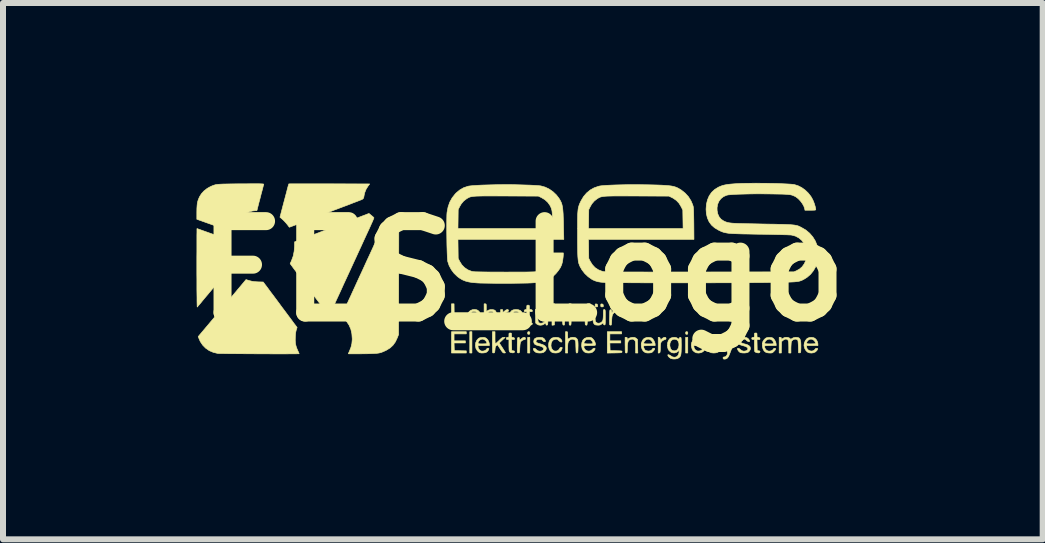
<source format=kicad_pcb>
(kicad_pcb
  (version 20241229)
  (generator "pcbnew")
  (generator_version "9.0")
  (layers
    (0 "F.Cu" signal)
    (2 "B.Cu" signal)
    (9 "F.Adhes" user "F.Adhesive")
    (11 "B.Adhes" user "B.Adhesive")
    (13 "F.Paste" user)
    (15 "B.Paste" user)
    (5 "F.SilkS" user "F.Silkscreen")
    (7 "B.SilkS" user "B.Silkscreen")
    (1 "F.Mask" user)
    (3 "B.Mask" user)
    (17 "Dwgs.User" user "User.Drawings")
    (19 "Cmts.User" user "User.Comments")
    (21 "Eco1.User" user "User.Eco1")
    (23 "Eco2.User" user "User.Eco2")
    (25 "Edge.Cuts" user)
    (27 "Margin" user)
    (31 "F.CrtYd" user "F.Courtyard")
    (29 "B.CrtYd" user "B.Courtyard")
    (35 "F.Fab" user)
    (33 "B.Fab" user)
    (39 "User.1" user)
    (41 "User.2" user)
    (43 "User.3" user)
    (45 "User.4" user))
  (footprint "EES_Logo"
    (layer "F.Cu")
    (at 5.668 1.472)
    (property "Reference" "EES_Logo" (at 0 0 0) (layer "F.SilkS") (effects (font (size 1.524 1.524) (thickness 0.3))))
    (attr through_hole)
    (fp_poly (pts (xy -0.849 1.364) (xy -0.885 1.364) (xy -0.885 1.009) (xy -0.849 1.009) (xy -0.849 1.364)) (stroke (width 0.01) (type solid)) (fill yes) (layer "F.SilkS"))
    (fp_poly (pts (xy 0.116 1.364) (xy 0.08 1.364) (xy 0.08 1.103) (xy 0.116 1.103) (xy 0.116 1.364)) (stroke (width 0.01) (type solid)) (fill yes) (layer "F.SilkS"))
    (fp_poly (pts (xy 2.75 1.364) (xy 2.714 1.364) (xy 2.714 1.103) (xy 2.75 1.103) (xy 2.75 1.364)) (stroke (width 0.01) (type solid)) (fill yes) (layer "F.SilkS"))
    (fp_poly (pts (xy -1.143 0.86) (xy -1.05 0.862) (xy -0.958 0.864) (xy -0.958 0.9) (xy -1.19 0.9) (xy -1.19 0.544) (xy -1.147 0.544) (xy -1.143 0.86)) (stroke (width 0.01) (type solid)) (fill yes) (layer "F.SilkS"))
    (fp_poly (pts (xy 0.111 1.011) (xy 0.116 1.021) (xy 0.116 1.031) (xy 0.114 1.046) (xy 0.106 1.052) (xy 0.098 1.052) (xy 0.085 1.05) (xy 0.08 1.04) (xy 0.08 1.031) (xy 0.082 1.015) (xy 0.09 1.009) (xy 0.098 1.009) (xy 0.111 1.011)) (stroke (width 0.01) (type solid)) (fill yes) (layer "F.SilkS"))
    (fp_poly (pts (xy 2.745 1.011) (xy 2.75 1.021) (xy 2.75 1.031) (xy 2.749 1.046) (xy 2.74 1.052) (xy 2.732 1.052) (xy 2.719 1.05) (xy 2.715 1.04) (xy 2.714 1.031) (xy 2.716 1.015) (xy 2.724 1.009) (xy 2.732 1.009) (xy 2.745 1.011)) (stroke (width 0.01) (type solid)) (fill yes) (layer "F.SilkS"))
    (fp_poly (pts (xy -0.943 1.045) (xy -1.147 1.045) (xy -1.147 1.161) (xy -0.958 1.161) (xy -0.958 1.197) (xy -1.147 1.197) (xy -1.143 1.324) (xy -1.043 1.326) (xy -0.943 1.328) (xy -0.943 1.364) (xy -1.19 1.364) (xy -1.19 1.009) (xy -0.943 1.009) (xy -0.943 1.045)) (stroke (width 0.01) (type solid)) (fill yes) (layer "F.SilkS"))
    (fp_poly (pts (xy 1.224 0.546) (xy 1.225 0.546) (xy 1.239 0.55) (xy 1.245 0.561) (xy 1.247 0.572) (xy 1.247 0.588) (xy 1.241 0.594) (xy 1.227 0.595) (xy 1.212 0.594) (xy 1.206 0.587) (xy 1.205 0.57) (xy 1.205 0.569) (xy 1.206 0.552) (xy 1.211 0.546) (xy 1.224 0.546)) (stroke (width 0.01) (type solid)) (fill yes) (layer "F.SilkS"))
    (fp_poly (pts (xy 1.318 0.546) (xy 1.319 0.546) (xy 1.333 0.55) (xy 1.34 0.561) (xy 1.341 0.572) (xy 1.342 0.588) (xy 1.336 0.594) (xy 1.321 0.595) (xy 1.306 0.594) (xy 1.3 0.587) (xy 1.299 0.57) (xy 1.299 0.569) (xy 1.3 0.552) (xy 1.305 0.546) (xy 1.318 0.546)) (stroke (width 0.01) (type solid)) (fill yes) (layer "F.SilkS"))
    (fp_poly (pts (xy 0.806 0.722) (xy 0.805 0.777) (xy 0.805 0.82) (xy 0.805 0.851) (xy 0.804 0.873) (xy 0.802 0.887) (xy 0.8 0.895) (xy 0.797 0.899) (xy 0.793 0.9) (xy 0.792 0.9) (xy 0.778 0.898) (xy 0.774 0.895) (xy 0.773 0.887) (xy 0.772 0.866) (xy 0.771 0.835) (xy 0.77 0.795) (xy 0.769 0.75) (xy 0.769 0.717) (xy 0.769 0.544) (xy 0.806 0.544) (xy 0.806 0.722)) (stroke (width 0.01) (type solid)) (fill yes) (layer "F.SilkS"))
    (fp_poly (pts (xy 1.647 1.045) (xy 1.451 1.045) (xy 1.451 1.161) (xy 1.633 1.161) (xy 1.633 1.197) (xy 1.451 1.197) (xy 1.455 1.324) (xy 1.555 1.326) (xy 1.595 1.327) (xy 1.623 1.328) (xy 1.64 1.33) (xy 1.65 1.332) (xy 1.653 1.336) (xy 1.654 1.342) (xy 1.653 1.345) (xy 1.652 1.351) (xy 1.649 1.355) (xy 1.641 1.358) (xy 1.627 1.36) (xy 1.605 1.361) (xy 1.572 1.362) (xy 1.529 1.363) (xy 1.408 1.365) (xy 1.408 1.009) (xy 1.647 1.009) (xy 1.647 1.045)) (stroke (width 0.01) (type solid)) (fill yes) (layer "F.SilkS"))
    (fp_poly (pts (xy -0.34 0.64) (xy -0.335 0.649) (xy -0.334 0.665) (xy -0.334 0.691) (xy -0.305 0.665) (xy -0.281 0.647) (xy -0.261 0.639) (xy -0.247 0.64) (xy -0.24 0.652) (xy -0.239 0.656) (xy -0.243 0.668) (xy -0.255 0.677) (xy -0.267 0.681) (xy -0.289 0.69) (xy -0.306 0.701) (xy -0.307 0.703) (xy -0.317 0.721) (xy -0.325 0.75) (xy -0.33 0.787) (xy -0.333 0.83) (xy -0.334 0.851) (xy -0.334 0.877) (xy -0.336 0.892) (xy -0.34 0.898) (xy -0.348 0.9) (xy -0.352 0.9) (xy -0.37 0.9) (xy -0.37 0.639) (xy -0.352 0.639) (xy -0.34 0.64)) (stroke (width 0.01) (type solid)) (fill yes) (layer "F.SilkS"))
    (fp_poly (pts (xy 2.273 1.104) (xy 2.286 1.11) (xy 2.291 1.126) (xy 2.292 1.129) (xy 2.294 1.152) (xy 2.318 1.127) (xy 2.339 1.111) (xy 2.36 1.103) (xy 2.376 1.103) (xy 2.386 1.112) (xy 2.388 1.12) (xy 2.385 1.133) (xy 2.373 1.14) (xy 2.363 1.142) (xy 2.343 1.151) (xy 2.322 1.165) (xy 2.318 1.169) (xy 2.309 1.179) (xy 2.303 1.189) (xy 2.299 1.202) (xy 2.296 1.222) (xy 2.294 1.25) (xy 2.293 1.276) (xy 2.292 1.312) (xy 2.29 1.336) (xy 2.287 1.351) (xy 2.284 1.359) (xy 2.278 1.362) (xy 2.273 1.363) (xy 2.257 1.365) (xy 2.257 1.102) (xy 2.273 1.104)) (stroke (width 0.01) (type solid)) (fill yes) (layer "F.SilkS"))
    (fp_poly (pts (xy 1.566 0.641) (xy 1.574 0.65) (xy 1.575 0.655) (xy 1.571 0.667) (xy 1.559 0.676) (xy 1.544 0.682) (xy 1.521 0.693) (xy 1.505 0.709) (xy 1.493 0.731) (xy 1.486 0.762) (xy 1.482 0.805) (xy 1.482 0.822) (xy 1.48 0.856) (xy 1.478 0.879) (xy 1.476 0.892) (xy 1.472 0.898) (xy 1.466 0.9) (xy 1.465 0.9) (xy 1.452 0.896) (xy 1.447 0.891) (xy 1.446 0.88) (xy 1.446 0.858) (xy 1.445 0.827) (xy 1.445 0.79) (xy 1.446 0.762) (xy 1.447 0.718) (xy 1.448 0.686) (xy 1.449 0.665) (xy 1.451 0.652) (xy 1.454 0.645) (xy 1.458 0.643) (xy 1.462 0.642) (xy 1.473 0.646) (xy 1.479 0.66) (xy 1.481 0.668) (xy 1.484 0.693) (xy 1.497 0.674) (xy 1.513 0.657) (xy 1.532 0.645) (xy 1.551 0.639) (xy 1.566 0.641)) (stroke (width 0.01) (type solid)) (fill yes) (layer "F.SilkS"))
    (fp_poly (pts (xy 0.032 1.103) (xy 0.042 1.112) (xy 0.044 1.121) (xy 0.04 1.136) (xy 0.032 1.139) (xy 0.011 1.144) (xy -0.013 1.156) (xy -0.032 1.172) (xy -0.036 1.177) (xy -0.042 1.195) (xy -0.047 1.227) (xy -0.05 1.272) (xy -0.051 1.277) (xy -0.052 1.313) (xy -0.054 1.337) (xy -0.057 1.351) (xy -0.061 1.359) (xy -0.066 1.362) (xy -0.071 1.363) (xy -0.085 1.361) (xy -0.091 1.356) (xy -0.092 1.345) (xy -0.093 1.323) (xy -0.093 1.292) (xy -0.093 1.254) (xy -0.093 1.226) (xy -0.092 1.182) (xy -0.091 1.15) (xy -0.09 1.129) (xy -0.088 1.116) (xy -0.084 1.109) (xy -0.08 1.106) (xy -0.074 1.104) (xy -0.063 1.105) (xy -0.058 1.114) (xy -0.058 1.123) (xy -0.057 1.141) (xy -0.052 1.147) (xy -0.041 1.141) (xy -0.026 1.128) (xy -0.005 1.111) (xy 0.016 1.103) (xy 0.032 1.103)) (stroke (width 0.01) (type solid)) (fill yes) (layer "F.SilkS"))
    (fp_poly (pts (xy 0.1 0.567) (xy 0.106 0.572) (xy 0.109 0.585) (xy 0.109 0.602) (xy 0.109 0.623) (xy 0.113 0.634) (xy 0.121 0.638) (xy 0.132 0.64) (xy 0.15 0.644) (xy 0.158 0.655) (xy 0.158 0.659) (xy 0.158 0.669) (xy 0.15 0.674) (xy 0.135 0.675) (xy 0.108 0.675) (xy 0.11 0.767) (xy 0.112 0.86) (xy 0.137 0.862) (xy 0.153 0.865) (xy 0.159 0.873) (xy 0.158 0.88) (xy 0.15 0.893) (xy 0.131 0.898) (xy 0.103 0.894) (xy 0.097 0.892) (xy 0.085 0.888) (xy 0.077 0.881) (xy 0.071 0.869) (xy 0.068 0.851) (xy 0.066 0.823) (xy 0.065 0.784) (xy 0.065 0.764) (xy 0.065 0.675) (xy 0.043 0.675) (xy 0.028 0.673) (xy 0.023 0.666) (xy 0.023 0.659) (xy 0.03 0.645) (xy 0.045 0.64) (xy 0.057 0.637) (xy 0.063 0.631) (xy 0.065 0.616) (xy 0.065 0.602) (xy 0.066 0.581) (xy 0.069 0.57) (xy 0.077 0.566) (xy 0.087 0.566) (xy 0.1 0.567)) (stroke (width 0.01) (type solid)) (fill yes) (layer "F.SilkS"))
    (fp_poly (pts (xy -0.198 1.031) (xy -0.191 1.036) (xy -0.189 1.049) (xy -0.189 1.066) (xy -0.188 1.088) (xy -0.185 1.099) (xy -0.177 1.103) (xy -0.165 1.104) (xy -0.147 1.109) (xy -0.14 1.119) (xy -0.139 1.123) (xy -0.139 1.134) (xy -0.147 1.139) (xy -0.163 1.139) (xy -0.189 1.139) (xy -0.187 1.232) (xy -0.185 1.324) (xy -0.161 1.327) (xy -0.145 1.33) (xy -0.139 1.337) (xy -0.139 1.345) (xy -0.147 1.358) (xy -0.166 1.362) (xy -0.195 1.358) (xy -0.201 1.357) (xy -0.212 1.352) (xy -0.221 1.345) (xy -0.226 1.334) (xy -0.23 1.315) (xy -0.231 1.288) (xy -0.232 1.249) (xy -0.232 1.228) (xy -0.232 1.139) (xy -0.254 1.139) (xy -0.27 1.137) (xy -0.275 1.129) (xy -0.276 1.121) (xy -0.273 1.108) (xy -0.263 1.104) (xy -0.254 1.103) (xy -0.241 1.102) (xy -0.235 1.097) (xy -0.232 1.085) (xy -0.232 1.067) (xy -0.232 1.045) (xy -0.229 1.035) (xy -0.221 1.031) (xy -0.21 1.031) (xy -0.198 1.031)) (stroke (width 0.01) (type solid)) (fill yes) (layer "F.SilkS"))
    (fp_poly (pts (xy 3.896 1.031) (xy 3.902 1.036) (xy 3.904 1.049) (xy 3.904 1.066) (xy 3.905 1.088) (xy 3.908 1.099) (xy 3.916 1.103) (xy 3.928 1.104) (xy 3.946 1.109) (xy 3.953 1.119) (xy 3.954 1.123) (xy 3.954 1.134) (xy 3.946 1.139) (xy 3.93 1.139) (xy 3.904 1.139) (xy 3.906 1.232) (xy 3.908 1.324) (xy 3.932 1.327) (xy 3.948 1.33) (xy 3.954 1.337) (xy 3.954 1.345) (xy 3.946 1.358) (xy 3.927 1.363) (xy 3.899 1.358) (xy 3.894 1.357) (xy 3.877 1.349) (xy 3.867 1.341) (xy 3.865 1.331) (xy 3.863 1.309) (xy 3.862 1.278) (xy 3.861 1.242) (xy 3.861 1.236) (xy 3.861 1.139) (xy 3.839 1.139) (xy 3.823 1.137) (xy 3.818 1.129) (xy 3.817 1.121) (xy 3.82 1.108) (xy 3.83 1.104) (xy 3.839 1.103) (xy 3.852 1.102) (xy 3.858 1.097) (xy 3.861 1.085) (xy 3.861 1.067) (xy 3.861 1.045) (xy 3.864 1.035) (xy 3.872 1.031) (xy 3.883 1.031) (xy 3.896 1.031)) (stroke (width 0.01) (type solid)) (fill yes) (layer "F.SilkS"))
    (fp_poly (pts (xy 1.737 1.106) (xy 1.742 1.118) (xy 1.742 1.121) (xy 1.744 1.135) (xy 1.749 1.139) (xy 1.756 1.134) (xy 1.756 1.132) (xy 1.763 1.123) (xy 1.78 1.114) (xy 1.804 1.107) (xy 1.83 1.103) (xy 1.835 1.103) (xy 1.863 1.105) (xy 1.883 1.114) (xy 1.892 1.121) (xy 1.912 1.138) (xy 1.917 1.364) (xy 1.88 1.364) (xy 1.88 1.266) (xy 1.879 1.226) (xy 1.879 1.199) (xy 1.877 1.18) (xy 1.874 1.168) (xy 1.87 1.159) (xy 1.863 1.151) (xy 1.861 1.149) (xy 1.846 1.137) (xy 1.829 1.133) (xy 1.813 1.134) (xy 1.788 1.14) (xy 1.769 1.152) (xy 1.756 1.171) (xy 1.748 1.2) (xy 1.743 1.239) (xy 1.742 1.29) (xy 1.742 1.324) (xy 1.74 1.345) (xy 1.738 1.358) (xy 1.734 1.363) (xy 1.728 1.364) (xy 1.715 1.362) (xy 1.71 1.36) (xy 1.709 1.351) (xy 1.707 1.33) (xy 1.706 1.3) (xy 1.706 1.263) (xy 1.705 1.229) (xy 1.705 1.103) (xy 1.724 1.103) (xy 1.737 1.106)) (stroke (width 0.01) (type solid)) (fill yes) (layer "F.SilkS"))
    (fp_poly (pts (xy 0.226 0.64) (xy 0.233 0.641) (xy 0.238 0.645) (xy 0.241 0.654) (xy 0.243 0.669) (xy 0.245 0.694) (xy 0.246 0.73) (xy 0.247 0.741) (xy 0.249 0.785) (xy 0.252 0.817) (xy 0.256 0.839) (xy 0.263 0.853) (xy 0.272 0.861) (xy 0.286 0.866) (xy 0.29 0.867) (xy 0.311 0.867) (xy 0.336 0.861) (xy 0.357 0.85) (xy 0.367 0.841) (xy 0.37 0.83) (xy 0.373 0.808) (xy 0.375 0.778) (xy 0.377 0.742) (xy 0.377 0.737) (xy 0.381 0.642) (xy 0.417 0.642) (xy 0.417 0.769) (xy 0.417 0.815) (xy 0.417 0.848) (xy 0.416 0.871) (xy 0.414 0.885) (xy 0.412 0.893) (xy 0.408 0.897) (xy 0.402 0.898) (xy 0.401 0.899) (xy 0.389 0.898) (xy 0.385 0.887) (xy 0.385 0.882) (xy 0.383 0.868) (xy 0.378 0.865) (xy 0.367 0.871) (xy 0.354 0.882) (xy 0.327 0.896) (xy 0.295 0.901) (xy 0.263 0.897) (xy 0.236 0.884) (xy 0.234 0.882) (xy 0.214 0.865) (xy 0.212 0.751) (xy 0.209 0.637) (xy 0.226 0.64)) (stroke (width 0.01) (type solid)) (fill yes) (layer "F.SilkS"))
    (fp_poly (pts (xy 0.574 1.104) (xy 0.603 1.111) (xy 0.61 1.114) (xy 0.632 1.131) (xy 0.648 1.151) (xy 0.653 1.17) (xy 0.648 1.181) (xy 0.636 1.182) (xy 0.619 1.174) (xy 0.6 1.158) (xy 0.598 1.157) (xy 0.582 1.141) (xy 0.569 1.134) (xy 0.553 1.133) (xy 0.544 1.134) (xy 0.511 1.144) (xy 0.488 1.166) (xy 0.474 1.198) (xy 0.472 1.205) (xy 0.469 1.244) (xy 0.476 1.279) (xy 0.492 1.307) (xy 0.516 1.326) (xy 0.534 1.332) (xy 0.562 1.331) (xy 0.588 1.32) (xy 0.607 1.3) (xy 0.612 1.291) (xy 0.622 1.275) (xy 0.637 1.27) (xy 0.64 1.27) (xy 0.653 1.271) (xy 0.656 1.277) (xy 0.653 1.293) (xy 0.637 1.326) (xy 0.61 1.349) (xy 0.574 1.362) (xy 0.543 1.364) (xy 0.503 1.36) (xy 0.481 1.35) (xy 0.456 1.327) (xy 0.439 1.295) (xy 0.43 1.257) (xy 0.429 1.218) (xy 0.436 1.18) (xy 0.452 1.147) (xy 0.476 1.121) (xy 0.482 1.117) (xy 0.507 1.108) (xy 0.54 1.103) (xy 0.574 1.104)) (stroke (width 0.01) (type solid)) (fill yes) (layer "F.SilkS"))
    (fp_poly (pts (xy -0.619 0.545) (xy -0.614 0.548) (xy -0.611 0.557) (xy -0.61 0.574) (xy -0.61 0.603) (xy -0.61 0.611) (xy -0.61 0.677) (xy -0.592 0.661) (xy -0.569 0.648) (xy -0.539 0.64) (xy -0.507 0.64) (xy -0.478 0.646) (xy -0.463 0.655) (xy -0.451 0.668) (xy -0.444 0.687) (xy -0.439 0.715) (xy -0.436 0.753) (xy -0.435 0.802) (xy -0.435 0.9) (xy -0.472 0.9) (xy -0.472 0.813) (xy -0.473 0.764) (xy -0.476 0.727) (xy -0.482 0.701) (xy -0.491 0.685) (xy -0.504 0.675) (xy -0.517 0.671) (xy -0.55 0.671) (xy -0.577 0.685) (xy -0.595 0.706) (xy -0.601 0.718) (xy -0.606 0.733) (xy -0.608 0.753) (xy -0.609 0.782) (xy -0.61 0.815) (xy -0.61 0.851) (xy -0.611 0.875) (xy -0.612 0.89) (xy -0.616 0.897) (xy -0.62 0.9) (xy -0.623 0.9) (xy -0.637 0.898) (xy -0.641 0.895) (xy -0.642 0.887) (xy -0.644 0.866) (xy -0.645 0.835) (xy -0.645 0.795) (xy -0.646 0.75) (xy -0.646 0.717) (xy -0.646 0.544) (xy -0.628 0.544) (xy -0.619 0.545)) (stroke (width 0.01) (type solid)) (fill yes) (layer "F.SilkS"))
    (fp_poly (pts (xy 0.53 0.611) (xy 0.531 0.639) (xy 0.532 0.66) (xy 0.534 0.669) (xy 0.535 0.669) (xy 0.547 0.656) (xy 0.569 0.646) (xy 0.598 0.64) (xy 0.617 0.639) (xy 0.642 0.64) (xy 0.659 0.646) (xy 0.674 0.659) (xy 0.675 0.66) (xy 0.697 0.681) (xy 0.697 0.791) (xy 0.697 0.833) (xy 0.696 0.863) (xy 0.695 0.882) (xy 0.693 0.893) (xy 0.69 0.898) (xy 0.685 0.899) (xy 0.68 0.899) (xy 0.674 0.897) (xy 0.669 0.893) (xy 0.666 0.884) (xy 0.664 0.869) (xy 0.662 0.844) (xy 0.661 0.807) (xy 0.66 0.796) (xy 0.659 0.756) (xy 0.657 0.727) (xy 0.655 0.708) (xy 0.652 0.696) (xy 0.647 0.688) (xy 0.64 0.682) (xy 0.64 0.682) (xy 0.623 0.671) (xy 0.61 0.668) (xy 0.586 0.672) (xy 0.562 0.682) (xy 0.545 0.696) (xy 0.542 0.699) (xy 0.538 0.713) (xy 0.535 0.738) (xy 0.532 0.771) (xy 0.53 0.806) (xy 0.526 0.896) (xy 0.506 0.899) (xy 0.486 0.901) (xy 0.486 0.544) (xy 0.53 0.544) (xy 0.53 0.611)) (stroke (width 0.01) (type solid)) (fill yes) (layer "F.SilkS"))
    (fp_poly (pts (xy 1.126 0.546) (xy 1.13 0.554) (xy 1.131 0.557) (xy 1.13 0.569) (xy 1.121 0.573) (xy 1.112 0.573) (xy 1.09 0.578) (xy 1.077 0.592) (xy 1.074 0.614) (xy 1.076 0.631) (xy 1.084 0.638) (xy 1.098 0.64) (xy 1.115 0.644) (xy 1.123 0.655) (xy 1.124 0.659) (xy 1.123 0.67) (xy 1.116 0.674) (xy 1.1 0.675) (xy 1.074 0.675) (xy 1.074 0.787) (xy 1.074 0.83) (xy 1.074 0.86) (xy 1.072 0.88) (xy 1.07 0.892) (xy 1.067 0.898) (xy 1.063 0.9) (xy 1.059 0.9) (xy 1.046 0.896) (xy 1.041 0.891) (xy 1.04 0.881) (xy 1.039 0.859) (xy 1.037 0.828) (xy 1.036 0.792) (xy 1.036 0.78) (xy 1.034 0.679) (xy 1.014 0.676) (xy 0.999 0.672) (xy 0.994 0.66) (xy 0.994 0.656) (xy 0.997 0.644) (xy 1.007 0.639) (xy 1.016 0.639) (xy 1.03 0.638) (xy 1.036 0.632) (xy 1.038 0.618) (xy 1.038 0.607) (xy 1.042 0.575) (xy 1.055 0.555) (xy 1.078 0.544) (xy 1.096 0.542) (xy 1.116 0.542) (xy 1.126 0.546)) (stroke (width 0.01) (type solid)) (fill yes) (layer "F.SilkS"))
    (fp_poly (pts (xy -0.464 1.11) (xy -0.464 1.147) (xy -0.463 1.178) (xy -0.461 1.2) (xy -0.46 1.211) (xy -0.459 1.212) (xy -0.452 1.207) (xy -0.437 1.194) (xy -0.417 1.175) (xy -0.399 1.158) (xy -0.374 1.133) (xy -0.356 1.117) (xy -0.342 1.108) (xy -0.33 1.104) (xy -0.319 1.103) (xy -0.294 1.104) (xy -0.344 1.15) (xy -0.394 1.197) (xy -0.342 1.275) (xy -0.323 1.305) (xy -0.307 1.331) (xy -0.295 1.349) (xy -0.29 1.359) (xy -0.29 1.359) (xy -0.297 1.363) (xy -0.311 1.364) (xy -0.321 1.363) (xy -0.331 1.358) (xy -0.342 1.346) (xy -0.357 1.326) (xy -0.377 1.296) (xy -0.377 1.296) (xy -0.423 1.227) (xy -0.442 1.242) (xy -0.452 1.252) (xy -0.458 1.264) (xy -0.462 1.283) (xy -0.464 1.309) (xy -0.467 1.336) (xy -0.47 1.352) (xy -0.475 1.36) (xy -0.483 1.363) (xy -0.497 1.362) (xy -0.503 1.36) (xy -0.504 1.351) (xy -0.506 1.331) (xy -0.507 1.299) (xy -0.507 1.26) (xy -0.508 1.214) (xy -0.508 1.182) (xy -0.508 1.009) (xy -0.464 1.009) (xy -0.464 1.11)) (stroke (width 0.01) (type solid)) (fill yes) (layer "F.SilkS"))
    (fp_poly (pts (xy 0.738 1.009) (xy 0.743 1.013) (xy 0.746 1.022) (xy 0.747 1.041) (xy 0.747 1.07) (xy 0.748 1.098) (xy 0.749 1.12) (xy 0.751 1.131) (xy 0.752 1.132) (xy 0.76 1.128) (xy 0.774 1.118) (xy 0.775 1.118) (xy 0.798 1.107) (xy 0.828 1.102) (xy 0.858 1.104) (xy 0.885 1.112) (xy 0.896 1.12) (xy 0.906 1.133) (xy 0.914 1.148) (xy 0.918 1.169) (xy 0.92 1.198) (xy 0.921 1.237) (xy 0.92 1.274) (xy 0.919 1.31) (xy 0.918 1.335) (xy 0.916 1.35) (xy 0.912 1.358) (xy 0.907 1.362) (xy 0.902 1.363) (xy 0.896 1.363) (xy 0.892 1.361) (xy 0.889 1.354) (xy 0.887 1.339) (xy 0.886 1.315) (xy 0.885 1.28) (xy 0.884 1.263) (xy 0.883 1.222) (xy 0.882 1.193) (xy 0.88 1.174) (xy 0.877 1.161) (xy 0.872 1.153) (xy 0.866 1.147) (xy 0.865 1.146) (xy 0.839 1.134) (xy 0.812 1.134) (xy 0.786 1.146) (xy 0.765 1.168) (xy 0.76 1.176) (xy 0.754 1.192) (xy 0.75 1.213) (xy 0.748 1.241) (xy 0.747 1.281) (xy 0.747 1.283) (xy 0.747 1.364) (xy 0.711 1.364) (xy 0.711 1.009) (xy 0.729 1.009) (xy 0.738 1.009)) (stroke (width 0.01) (type solid)) (fill yes) (layer "F.SilkS"))
    (fp_poly (pts (xy 1.205 0.736) (xy 1.205 0.777) (xy 1.206 0.806) (xy 1.208 0.825) (xy 1.211 0.838) (xy 1.216 0.847) (xy 1.217 0.848) (xy 1.238 0.863) (xy 1.264 0.868) (xy 1.291 0.862) (xy 1.314 0.848) (xy 1.331 0.826) (xy 1.333 0.82) (xy 1.337 0.802) (xy 1.34 0.774) (xy 1.342 0.74) (xy 1.342 0.716) (xy 1.342 0.682) (xy 1.343 0.659) (xy 1.345 0.646) (xy 1.349 0.641) (xy 1.354 0.639) (xy 1.359 0.64) (xy 1.365 0.641) (xy 1.369 0.644) (xy 1.372 0.651) (xy 1.374 0.664) (xy 1.375 0.685) (xy 1.375 0.716) (xy 1.375 0.759) (xy 1.375 0.769) (xy 1.375 0.815) (xy 1.375 0.848) (xy 1.374 0.871) (xy 1.372 0.885) (xy 1.37 0.893) (xy 1.366 0.896) (xy 1.361 0.896) (xy 1.348 0.89) (xy 1.344 0.88) (xy 1.341 0.868) (xy 1.336 0.865) (xy 1.324 0.872) (xy 1.312 0.882) (xy 1.294 0.894) (xy 1.273 0.899) (xy 1.253 0.9) (xy 1.229 0.898) (xy 1.209 0.895) (xy 1.203 0.892) (xy 1.19 0.882) (xy 1.181 0.867) (xy 1.174 0.846) (xy 1.17 0.816) (xy 1.169 0.775) (xy 1.168 0.741) (xy 1.168 0.639) (xy 1.205 0.639) (xy 1.205 0.736)) (stroke (width 0.01) (type solid)) (fill yes) (layer "F.SilkS"))
    (fp_poly (pts (xy 4.849 1.109) (xy 4.868 1.118) (xy 4.89 1.138) (xy 4.908 1.167) (xy 4.918 1.2) (xy 4.92 1.217) (xy 4.92 1.241) (xy 4.732 1.241) (xy 4.732 1.262) (xy 4.738 1.289) (xy 4.756 1.311) (xy 4.781 1.326) (xy 4.81 1.332) (xy 4.837 1.328) (xy 4.858 1.317) (xy 4.871 1.302) (xy 4.871 1.302) (xy 4.883 1.288) (xy 4.9 1.285) (xy 4.913 1.287) (xy 4.916 1.296) (xy 4.909 1.312) (xy 4.901 1.324) (xy 4.878 1.346) (xy 4.847 1.36) (xy 4.811 1.365) (xy 4.776 1.361) (xy 4.745 1.348) (xy 4.72 1.323) (xy 4.701 1.29) (xy 4.69 1.252) (xy 4.688 1.234) (xy 4.693 1.201) (xy 4.732 1.201) (xy 4.738 1.207) (xy 4.754 1.211) (xy 4.782 1.212) (xy 4.804 1.212) (xy 4.835 1.211) (xy 4.86 1.21) (xy 4.875 1.208) (xy 4.879 1.206) (xy 4.879 1.197) (xy 4.874 1.18) (xy 4.873 1.178) (xy 4.857 1.156) (xy 4.832 1.139) (xy 4.806 1.132) (xy 4.804 1.132) (xy 4.779 1.138) (xy 4.755 1.153) (xy 4.74 1.172) (xy 4.733 1.189) (xy 4.732 1.201) (xy 4.693 1.201) (xy 4.694 1.196) (xy 4.709 1.16) (xy 4.732 1.13) (xy 4.745 1.119) (xy 4.777 1.106) (xy 4.813 1.103) (xy 4.849 1.109)) (stroke (width 0.01) (type solid)) (fill yes) (layer "F.SilkS"))
    (fp_poly (pts (xy -0.073 0.643) (xy -0.043 0.655) (xy -0.023 0.673) (xy -0.015 0.697) (xy -0.015 0.7) (xy -0.02 0.709) (xy -0.032 0.711) (xy -0.047 0.704) (xy -0.059 0.693) (xy -0.078 0.678) (xy -0.101 0.67) (xy -0.125 0.67) (xy -0.146 0.675) (xy -0.162 0.687) (xy -0.167 0.704) (xy -0.164 0.719) (xy -0.152 0.73) (xy -0.131 0.739) (xy -0.098 0.748) (xy -0.072 0.755) (xy -0.047 0.763) (xy -0.039 0.766) (xy -0.016 0.784) (xy -0.004 0.808) (xy -0.003 0.835) (xy -0.013 0.861) (xy -0.035 0.883) (xy -0.036 0.883) (xy -0.063 0.895) (xy -0.098 0.9) (xy -0.134 0.899) (xy -0.166 0.892) (xy -0.179 0.886) (xy -0.195 0.871) (xy -0.209 0.85) (xy -0.217 0.829) (xy -0.218 0.823) (xy -0.211 0.821) (xy -0.196 0.82) (xy -0.196 0.82) (xy -0.179 0.823) (xy -0.174 0.83) (xy -0.167 0.846) (xy -0.149 0.859) (xy -0.122 0.866) (xy -0.106 0.867) (xy -0.073 0.864) (xy -0.053 0.854) (xy -0.044 0.837) (xy -0.044 0.831) (xy -0.048 0.814) (xy -0.063 0.8) (xy -0.09 0.788) (xy -0.122 0.78) (xy -0.163 0.767) (xy -0.191 0.751) (xy -0.207 0.731) (xy -0.21 0.711) (xy -0.205 0.68) (xy -0.187 0.658) (xy -0.158 0.644) (xy -0.117 0.639) (xy -0.112 0.639) (xy -0.073 0.643)) (stroke (width 0.01) (type solid)) (fill yes) (layer "F.SilkS"))
    (fp_poly (pts (xy 3.209 1.105) (xy 3.24 1.112) (xy 3.26 1.127) (xy 3.27 1.144) (xy 3.278 1.163) (xy 3.279 1.172) (xy 3.273 1.175) (xy 3.264 1.176) (xy 3.249 1.17) (xy 3.233 1.157) (xy 3.233 1.157) (xy 3.212 1.141) (xy 3.185 1.133) (xy 3.157 1.135) (xy 3.135 1.145) (xy 3.123 1.157) (xy 3.122 1.168) (xy 3.126 1.178) (xy 3.141 1.195) (xy 3.162 1.204) (xy 3.188 1.211) (xy 3.216 1.218) (xy 3.219 1.219) (xy 3.253 1.232) (xy 3.278 1.251) (xy 3.29 1.273) (xy 3.29 1.273) (xy 3.29 1.3) (xy 3.279 1.326) (xy 3.258 1.347) (xy 3.249 1.352) (xy 3.219 1.361) (xy 3.183 1.364) (xy 3.148 1.361) (xy 3.12 1.352) (xy 3.116 1.35) (xy 3.096 1.334) (xy 3.082 1.317) (xy 3.077 1.301) (xy 3.08 1.289) (xy 3.093 1.285) (xy 3.094 1.285) (xy 3.111 1.291) (xy 3.119 1.302) (xy 3.134 1.318) (xy 3.157 1.329) (xy 3.185 1.333) (xy 3.213 1.33) (xy 3.235 1.32) (xy 3.24 1.316) (xy 3.251 1.299) (xy 3.247 1.282) (xy 3.232 1.266) (xy 3.204 1.252) (xy 3.164 1.242) (xy 3.164 1.241) (xy 3.125 1.23) (xy 3.099 1.214) (xy 3.086 1.193) (xy 3.083 1.173) (xy 3.088 1.144) (xy 3.103 1.123) (xy 3.13 1.11) (xy 3.168 1.104) (xy 3.209 1.105)) (stroke (width 0.01) (type solid)) (fill yes) (layer "F.SilkS"))
    (fp_poly (pts (xy 4.419 1.104) (xy 4.444 1.114) (xy 4.451 1.119) (xy 4.468 1.136) (xy 4.492 1.119) (xy 4.516 1.108) (xy 4.546 1.103) (xy 4.555 1.103) (xy 4.582 1.105) (xy 4.603 1.112) (xy 4.618 1.127) (xy 4.628 1.149) (xy 4.634 1.181) (xy 4.636 1.224) (xy 4.636 1.28) (xy 4.636 1.281) (xy 4.635 1.316) (xy 4.634 1.339) (xy 4.631 1.352) (xy 4.628 1.358) (xy 4.622 1.361) (xy 4.616 1.361) (xy 4.597 1.361) (xy 4.594 1.257) (xy 4.592 1.215) (xy 4.59 1.186) (xy 4.588 1.166) (xy 4.585 1.154) (xy 4.58 1.146) (xy 4.576 1.142) (xy 4.552 1.133) (xy 4.526 1.135) (xy 4.501 1.147) (xy 4.483 1.166) (xy 4.478 1.177) (xy 4.475 1.193) (xy 4.473 1.22) (xy 4.471 1.254) (xy 4.47 1.282) (xy 4.47 1.364) (xy 4.434 1.364) (xy 4.434 1.27) (xy 4.433 1.221) (xy 4.431 1.185) (xy 4.425 1.16) (xy 4.417 1.144) (xy 4.404 1.136) (xy 4.387 1.132) (xy 4.382 1.132) (xy 4.362 1.138) (xy 4.34 1.152) (xy 4.338 1.153) (xy 4.314 1.174) (xy 4.31 1.364) (xy 4.274 1.364) (xy 4.274 1.103) (xy 4.293 1.103) (xy 4.306 1.106) (xy 4.311 1.117) (xy 4.311 1.122) (xy 4.311 1.141) (xy 4.333 1.122) (xy 4.358 1.108) (xy 4.389 1.102) (xy 4.419 1.104)) (stroke (width 0.01) (type solid)) (fill yes) (layer "F.SilkS"))
    (fp_poly (pts (xy -2.526 -0.93) (xy -2.505 -0.913) (xy -2.49 -0.899) (xy -2.483 -0.891) (xy -2.483 -0.891) (xy -2.485 -0.883) (xy -2.493 -0.864) (xy -2.505 -0.834) (xy -2.522 -0.797) (xy -2.542 -0.752) (xy -2.564 -0.703) (xy -2.575 -0.68) (xy -2.613 -0.598) (xy -2.653 -0.511) (xy -2.694 -0.421) (xy -2.737 -0.328) (xy -2.78 -0.234) (xy -2.824 -0.139) (xy -2.867 -0.045) (xy -2.909 0.046) (xy -2.95 0.135) (xy -2.989 0.219) (xy -3.025 0.299) (xy -3.058 0.371) (xy -3.088 0.436) (xy -3.114 0.492) (xy -3.135 0.539) (xy -3.151 0.574) (xy -3.161 0.597) (xy -3.175 0.627) (xy -3.186 0.646) (xy -3.196 0.656) (xy -3.208 0.658) (xy -3.225 0.655) (xy -3.233 0.653) (xy -3.256 0.649) (xy -3.281 0.647) (xy -3.297 0.644) (xy -3.31 0.637) (xy -3.325 0.62) (xy -3.332 0.611) (xy -3.342 0.598) (xy -3.36 0.574) (xy -3.384 0.541) (xy -3.414 0.501) (xy -3.449 0.455) (xy -3.487 0.404) (xy -3.527 0.35) (xy -3.569 0.294) (xy -3.611 0.237) (xy -3.652 0.181) (xy -3.692 0.128) (xy -3.729 0.078) (xy -3.763 0.033) (xy -3.791 -0.006) (xy -3.814 -0.036) (xy -3.819 -0.043) (xy -3.88 -0.126) (xy -3.857 -0.177) (xy -3.829 -0.253) (xy -3.813 -0.334) (xy -3.807 -0.413) (xy -3.806 -0.489) (xy -3.186 -0.726) (xy -2.566 -0.963) (xy -2.526 -0.93)) (stroke (width 0.01) (type solid)) (fill yes) (layer "F.SilkS"))
    (fp_poly (pts (xy 2.968 1.109) (xy 2.988 1.117) (xy 3.011 1.139) (xy 3.029 1.168) (xy 3.04 1.201) (xy 3.041 1.215) (xy 3.041 1.241) (xy 2.852 1.241) (xy 2.852 1.262) (xy 2.859 1.287) (xy 2.875 1.31) (xy 2.899 1.326) (xy 2.913 1.331) (xy 2.939 1.331) (xy 2.964 1.325) (xy 2.984 1.313) (xy 2.993 1.3) (xy 3.003 1.288) (xy 3.019 1.285) (xy 3.033 1.287) (xy 3.036 1.295) (xy 3.029 1.312) (xy 3.022 1.324) (xy 2.999 1.345) (xy 2.968 1.359) (xy 2.933 1.365) (xy 2.898 1.362) (xy 2.87 1.351) (xy 2.851 1.337) (xy 2.837 1.324) (xy 2.836 1.324) (xy 2.824 1.303) (xy 2.815 1.273) (xy 2.809 1.241) (xy 2.809 1.226) (xy 2.814 1.196) (xy 2.852 1.196) (xy 2.853 1.203) (xy 2.857 1.208) (xy 2.866 1.21) (xy 2.884 1.212) (xy 2.913 1.212) (xy 2.924 1.212) (xy 2.955 1.211) (xy 2.98 1.21) (xy 2.996 1.208) (xy 3 1.206) (xy 2.999 1.197) (xy 2.994 1.18) (xy 2.993 1.178) (xy 2.977 1.156) (xy 2.953 1.139) (xy 2.926 1.132) (xy 2.925 1.132) (xy 2.899 1.138) (xy 2.876 1.153) (xy 2.859 1.174) (xy 2.852 1.196) (xy 2.814 1.196) (xy 2.814 1.194) (xy 2.829 1.161) (xy 2.85 1.133) (xy 2.866 1.119) (xy 2.897 1.107) (xy 2.933 1.103) (xy 2.968 1.109)) (stroke (width 0.01) (type solid)) (fill yes) (layer "F.SilkS"))
    (fp_poly (pts (xy -0.63 1.108) (xy -0.612 1.117) (xy -0.611 1.117) (xy -0.589 1.138) (xy -0.571 1.168) (xy -0.561 1.2) (xy -0.559 1.217) (xy -0.559 1.241) (xy -0.747 1.241) (xy -0.747 1.262) (xy -0.741 1.287) (xy -0.725 1.31) (xy -0.702 1.327) (xy -0.687 1.332) (xy -0.662 1.332) (xy -0.637 1.325) (xy -0.616 1.313) (xy -0.606 1.3) (xy -0.598 1.29) (xy -0.585 1.285) (xy -0.573 1.285) (xy -0.566 1.292) (xy -0.566 1.294) (xy -0.573 1.314) (xy -0.588 1.335) (xy -0.606 1.35) (xy -0.628 1.359) (xy -0.658 1.363) (xy -0.69 1.364) (xy -0.717 1.359) (xy -0.722 1.357) (xy -0.743 1.343) (xy -0.763 1.32) (xy -0.779 1.294) (xy -0.783 1.285) (xy -0.791 1.239) (xy -0.787 1.201) (xy -0.747 1.201) (xy -0.741 1.207) (xy -0.725 1.211) (xy -0.698 1.212) (xy -0.675 1.212) (xy -0.645 1.211) (xy -0.62 1.21) (xy -0.604 1.208) (xy -0.6 1.206) (xy -0.6 1.197) (xy -0.605 1.18) (xy -0.606 1.178) (xy -0.622 1.156) (xy -0.647 1.139) (xy -0.673 1.132) (xy -0.675 1.132) (xy -0.7 1.138) (xy -0.724 1.153) (xy -0.739 1.172) (xy -0.746 1.189) (xy -0.747 1.201) (xy -0.787 1.201) (xy -0.787 1.195) (xy -0.769 1.154) (xy -0.747 1.128) (xy -0.732 1.116) (xy -0.715 1.109) (xy -0.691 1.106) (xy -0.68 1.105) (xy -0.651 1.104) (xy -0.63 1.108)) (stroke (width 0.01) (type solid)) (fill yes) (layer "F.SilkS"))
    (fp_poly (pts (xy -0.771 0.643) (xy -0.751 0.652) (xy -0.728 0.673) (xy -0.71 0.705) (xy -0.7 0.742) (xy -0.699 0.749) (xy -0.695 0.777) (xy -0.789 0.777) (xy -0.824 0.777) (xy -0.854 0.777) (xy -0.876 0.779) (xy -0.886 0.78) (xy -0.887 0.78) (xy -0.888 0.789) (xy -0.887 0.805) (xy -0.877 0.831) (xy -0.856 0.853) (xy -0.83 0.866) (xy -0.824 0.868) (xy -0.799 0.868) (xy -0.775 0.861) (xy -0.754 0.849) (xy -0.744 0.835) (xy -0.733 0.822) (xy -0.722 0.82) (xy -0.707 0.824) (xy -0.705 0.835) (xy -0.716 0.853) (xy -0.728 0.869) (xy -0.743 0.884) (xy -0.757 0.892) (xy -0.775 0.896) (xy -0.799 0.898) (xy -0.831 0.898) (xy -0.853 0.894) (xy -0.871 0.887) (xy -0.9 0.863) (xy -0.919 0.829) (xy -0.927 0.786) (xy -0.927 0.76) (xy -0.924 0.731) (xy -0.885 0.731) (xy -0.885 0.738) (xy -0.881 0.743) (xy -0.872 0.746) (xy -0.854 0.747) (xy -0.825 0.747) (xy -0.813 0.747) (xy -0.779 0.747) (xy -0.758 0.746) (xy -0.746 0.743) (xy -0.741 0.739) (xy -0.74 0.736) (xy -0.747 0.71) (xy -0.764 0.689) (xy -0.788 0.675) (xy -0.816 0.67) (xy -0.842 0.675) (xy -0.867 0.691) (xy -0.882 0.714) (xy -0.885 0.731) (xy -0.924 0.731) (xy -0.922 0.722) (xy -0.911 0.693) (xy -0.89 0.669) (xy -0.871 0.655) (xy -0.841 0.642) (xy -0.806 0.638) (xy -0.771 0.643)) (stroke (width 0.01) (type solid)) (fill yes) (layer "F.SilkS"))
    (fp_poly (pts (xy 0.325 1.108) (xy 0.334 1.111) (xy 0.353 1.123) (xy 0.368 1.143) (xy 0.377 1.163) (xy 0.377 1.168) (xy 0.372 1.175) (xy 0.36 1.175) (xy 0.344 1.169) (xy 0.33 1.157) (xy 0.329 1.156) (xy 0.317 1.143) (xy 0.303 1.138) (xy 0.282 1.136) (xy 0.276 1.136) (xy 0.251 1.137) (xy 0.235 1.143) (xy 0.228 1.15) (xy 0.219 1.164) (xy 0.22 1.174) (xy 0.227 1.185) (xy 0.238 1.193) (xy 0.26 1.202) (xy 0.289 1.211) (xy 0.294 1.212) (xy 0.336 1.226) (xy 0.368 1.244) (xy 0.386 1.265) (xy 0.392 1.285) (xy 0.386 1.312) (xy 0.369 1.336) (xy 0.346 1.353) (xy 0.344 1.354) (xy 0.314 1.362) (xy 0.278 1.364) (xy 0.244 1.361) (xy 0.216 1.352) (xy 0.213 1.35) (xy 0.193 1.334) (xy 0.18 1.317) (xy 0.174 1.301) (xy 0.177 1.289) (xy 0.19 1.285) (xy 0.191 1.285) (xy 0.208 1.291) (xy 0.223 1.306) (xy 0.242 1.322) (xy 0.267 1.332) (xy 0.293 1.334) (xy 0.317 1.329) (xy 0.337 1.317) (xy 0.347 1.3) (xy 0.348 1.291) (xy 0.341 1.276) (xy 0.322 1.262) (xy 0.293 1.25) (xy 0.261 1.242) (xy 0.224 1.231) (xy 0.199 1.218) (xy 0.186 1.198) (xy 0.181 1.173) (xy 0.181 1.173) (xy 0.186 1.144) (xy 0.199 1.124) (xy 0.224 1.111) (xy 0.261 1.105) (xy 0.265 1.104) (xy 0.298 1.104) (xy 0.325 1.108)) (stroke (width 0.01) (type solid)) (fill yes) (layer "F.SilkS"))
    (fp_poly (pts (xy 3.545 1.105) (xy 3.549 1.11) (xy 3.546 1.119) (xy 3.539 1.139) (xy 3.529 1.168) (xy 3.516 1.203) (xy 3.501 1.241) (xy 3.486 1.282) (xy 3.47 1.321) (xy 3.456 1.358) (xy 3.444 1.388) (xy 3.435 1.41) (xy 3.43 1.421) (xy 3.417 1.44) (xy 3.402 1.455) (xy 3.384 1.463) (xy 3.364 1.466) (xy 3.347 1.464) (xy 3.343 1.461) (xy 3.339 1.45) (xy 3.338 1.443) (xy 3.343 1.433) (xy 3.357 1.43) (xy 3.359 1.43) (xy 3.38 1.425) (xy 3.397 1.408) (xy 3.41 1.384) (xy 3.412 1.375) (xy 3.413 1.365) (xy 3.411 1.352) (xy 3.405 1.333) (xy 3.395 1.306) (xy 3.381 1.269) (xy 3.37 1.242) (xy 3.354 1.203) (xy 3.34 1.168) (xy 3.329 1.139) (xy 3.322 1.12) (xy 3.318 1.112) (xy 3.322 1.105) (xy 3.337 1.103) (xy 3.345 1.104) (xy 3.352 1.106) (xy 3.359 1.114) (xy 3.366 1.128) (xy 3.375 1.151) (xy 3.387 1.184) (xy 3.393 1.199) (xy 3.406 1.235) (xy 3.417 1.266) (xy 3.426 1.29) (xy 3.432 1.304) (xy 3.433 1.306) (xy 3.436 1.311) (xy 3.438 1.314) (xy 3.44 1.311) (xy 3.444 1.302) (xy 3.451 1.284) (xy 3.46 1.256) (xy 3.469 1.23) (xy 3.484 1.185) (xy 3.496 1.153) (xy 3.504 1.13) (xy 3.511 1.116) (xy 3.517 1.108) (xy 3.522 1.104) (xy 3.529 1.103) (xy 3.531 1.103) (xy 3.545 1.105)) (stroke (width 0.01) (type solid)) (fill yes) (layer "F.SilkS"))
    (fp_poly (pts (xy 3.729 1.108) (xy 3.738 1.111) (xy 3.756 1.123) (xy 3.772 1.143) (xy 3.781 1.163) (xy 3.781 1.168) (xy 3.776 1.175) (xy 3.763 1.175) (xy 3.747 1.167) (xy 3.73 1.154) (xy 3.729 1.153) (xy 3.715 1.139) (xy 3.701 1.133) (xy 3.682 1.133) (xy 3.674 1.134) (xy 3.647 1.141) (xy 3.629 1.153) (xy 3.621 1.169) (xy 3.621 1.17) (xy 3.628 1.182) (xy 3.645 1.194) (xy 3.67 1.205) (xy 3.691 1.211) (xy 3.737 1.223) (xy 3.769 1.24) (xy 3.789 1.261) (xy 3.795 1.288) (xy 3.795 1.289) (xy 3.79 1.311) (xy 3.776 1.333) (xy 3.757 1.351) (xy 3.752 1.353) (xy 3.729 1.36) (xy 3.698 1.364) (xy 3.664 1.363) (xy 3.635 1.359) (xy 3.62 1.353) (xy 3.603 1.339) (xy 3.588 1.319) (xy 3.579 1.299) (xy 3.578 1.292) (xy 3.583 1.285) (xy 3.595 1.285) (xy 3.611 1.292) (xy 3.626 1.305) (xy 3.628 1.307) (xy 3.654 1.326) (xy 3.685 1.334) (xy 3.719 1.328) (xy 3.725 1.326) (xy 3.744 1.315) (xy 3.751 1.303) (xy 3.752 1.297) (xy 3.749 1.281) (xy 3.738 1.269) (xy 3.718 1.257) (xy 3.686 1.246) (xy 3.666 1.241) (xy 3.628 1.229) (xy 3.604 1.217) (xy 3.596 1.209) (xy 3.586 1.184) (xy 3.588 1.155) (xy 3.601 1.129) (xy 3.602 1.127) (xy 3.614 1.116) (xy 3.627 1.11) (xy 3.648 1.106) (xy 3.668 1.104) (xy 3.702 1.104) (xy 3.729 1.108)) (stroke (width 0.01) (type solid)) (fill yes) (layer "F.SilkS"))
    (fp_poly (pts (xy -5.426 -0.709) (xy -5.408 -0.702) (xy -5.379 -0.692) (xy -5.343 -0.679) (xy -5.301 -0.664) (xy -5.256 -0.648) (xy -5.208 -0.631) (xy -5.161 -0.614) (xy -5.116 -0.597) (xy -5.075 -0.582) (xy -5.04 -0.57) (xy -5.027 -0.565) (xy -4.985 -0.549) (xy -4.991 -0.509) (xy -4.995 -0.451) (xy -4.995 -0.388) (xy -4.989 -0.326) (xy -4.979 -0.271) (xy -4.979 -0.269) (xy -4.965 -0.225) (xy -4.946 -0.178) (xy -4.925 -0.132) (xy -4.903 -0.095) (xy -4.898 -0.086) (xy -4.888 -0.07) (xy -4.884 -0.06) (xy -4.884 -0.059) (xy -4.889 -0.052) (xy -4.901 -0.035) (xy -4.921 -0.01) (xy -4.946 0.021) (xy -4.975 0.056) (xy -5.002 0.088) (xy -5.039 0.132) (xy -5.082 0.183) (xy -5.129 0.24) (xy -5.178 0.298) (xy -5.226 0.355) (xy -5.27 0.408) (xy -5.272 0.41) (xy -5.309 0.454) (xy -5.343 0.495) (xy -5.372 0.531) (xy -5.397 0.56) (xy -5.416 0.582) (xy -5.427 0.595) (xy -5.429 0.598) (xy -5.43 0.592) (xy -5.431 0.573) (xy -5.432 0.541) (xy -5.433 0.497) (xy -5.433 0.443) (xy -5.434 0.379) (xy -5.435 0.307) (xy -5.435 0.228) (xy -5.435 0.142) (xy -5.436 0.051) (xy -5.436 -0.045) (xy -5.436 -0.053) (xy -5.436 -0.149) (xy -5.436 -0.241) (xy -5.435 -0.328) (xy -5.435 -0.409) (xy -5.435 -0.482) (xy -5.435 -0.547) (xy -5.435 -0.603) (xy -5.434 -0.648) (xy -5.434 -0.682) (xy -5.434 -0.703) (xy -5.433 -0.711) (xy -5.433 -0.711) (xy -5.426 -0.709)) (stroke (width 0.01) (type solid)) (fill yes) (layer "F.SilkS"))
    (fp_poly (pts (xy 2.133 1.108) (xy 2.149 1.114) (xy 2.166 1.129) (xy 2.183 1.153) (xy 2.197 1.182) (xy 2.205 1.209) (xy 2.206 1.221) (xy 2.206 1.241) (xy 2.112 1.241) (xy 2.077 1.241) (xy 2.047 1.243) (xy 2.025 1.244) (xy 2.015 1.247) (xy 2.015 1.247) (xy 2.013 1.26) (xy 2.018 1.28) (xy 2.028 1.3) (xy 2.039 1.315) (xy 2.042 1.317) (xy 2.068 1.328) (xy 2.097 1.332) (xy 2.124 1.327) (xy 2.146 1.316) (xy 2.159 1.299) (xy 2.159 1.298) (xy 2.168 1.288) (xy 2.181 1.284) (xy 2.193 1.286) (xy 2.199 1.295) (xy 2.199 1.296) (xy 2.194 1.307) (xy 2.183 1.324) (xy 2.174 1.333) (xy 2.16 1.348) (xy 2.146 1.356) (xy 2.128 1.361) (xy 2.104 1.363) (xy 2.072 1.363) (xy 2.049 1.359) (xy 2.032 1.351) (xy 2.005 1.329) (xy 1.987 1.298) (xy 1.976 1.261) (xy 1.974 1.223) (xy 1.977 1.206) (xy 2.015 1.206) (xy 2.015 1.206) (xy 2.023 1.209) (xy 2.043 1.211) (xy 2.07 1.212) (xy 2.09 1.212) (xy 2.124 1.212) (xy 2.146 1.21) (xy 2.158 1.207) (xy 2.162 1.203) (xy 2.163 1.201) (xy 2.156 1.177) (xy 2.139 1.155) (xy 2.116 1.138) (xy 2.09 1.132) (xy 2.063 1.138) (xy 2.039 1.155) (xy 2.022 1.177) (xy 2.021 1.178) (xy 2.016 1.195) (xy 2.015 1.206) (xy 1.977 1.206) (xy 1.981 1.185) (xy 1.996 1.151) (xy 2.019 1.125) (xy 2.032 1.117) (xy 2.063 1.106) (xy 2.098 1.104) (xy 2.133 1.108)) (stroke (width 0.01) (type solid)) (fill yes) (layer "F.SilkS"))
    (fp_poly (pts (xy 4.153 1.108) (xy 4.17 1.116) (xy 4.19 1.136) (xy 4.208 1.164) (xy 4.22 1.195) (xy 4.224 1.218) (xy 4.224 1.241) (xy 4.13 1.241) (xy 4.094 1.241) (xy 4.065 1.242) (xy 4.043 1.244) (xy 4.033 1.246) (xy 4.032 1.246) (xy 4.031 1.261) (xy 4.036 1.281) (xy 4.048 1.301) (xy 4.055 1.31) (xy 4.074 1.324) (xy 4.096 1.332) (xy 4.121 1.332) (xy 4.146 1.325) (xy 4.166 1.313) (xy 4.176 1.3) (xy 4.187 1.287) (xy 4.199 1.285) (xy 4.213 1.288) (xy 4.215 1.299) (xy 4.205 1.317) (xy 4.188 1.336) (xy 4.171 1.352) (xy 4.157 1.361) (xy 4.139 1.364) (xy 4.117 1.364) (xy 4.088 1.362) (xy 4.062 1.356) (xy 4.051 1.352) (xy 4.024 1.331) (xy 4.005 1.298) (xy 3.994 1.256) (xy 3.993 1.249) (xy 3.994 1.206) (xy 4.032 1.206) (xy 4.032 1.206) (xy 4.041 1.209) (xy 4.06 1.211) (xy 4.088 1.212) (xy 4.108 1.212) (xy 4.141 1.212) (xy 4.162 1.211) (xy 4.174 1.209) (xy 4.179 1.205) (xy 4.18 1.198) (xy 4.18 1.196) (xy 4.173 1.173) (xy 4.156 1.152) (xy 4.133 1.138) (xy 4.108 1.132) (xy 4.081 1.138) (xy 4.056 1.155) (xy 4.039 1.176) (xy 4.039 1.178) (xy 4.033 1.195) (xy 4.032 1.206) (xy 3.994 1.206) (xy 3.994 1.205) (xy 4.003 1.17) (xy 4.024 1.14) (xy 4.032 1.132) (xy 4.048 1.118) (xy 4.063 1.11) (xy 4.084 1.106) (xy 4.102 1.105) (xy 4.132 1.105) (xy 4.153 1.108)) (stroke (width 0.01) (type solid)) (fill yes) (layer "F.SilkS"))
    (fp_poly (pts (xy 1.124 1.104) (xy 1.141 1.108) (xy 1.156 1.118) (xy 1.168 1.13) (xy 1.187 1.153) (xy 1.2 1.177) (xy 1.204 1.187) (xy 1.21 1.208) (xy 1.212 1.223) (xy 1.209 1.233) (xy 1.199 1.238) (xy 1.179 1.24) (xy 1.148 1.241) (xy 1.117 1.241) (xy 1.075 1.241) (xy 1.045 1.243) (xy 1.026 1.247) (xy 1.017 1.254) (xy 1.017 1.265) (xy 1.022 1.281) (xy 1.026 1.289) (xy 1.044 1.313) (xy 1.07 1.328) (xy 1.098 1.333) (xy 1.126 1.328) (xy 1.15 1.312) (xy 1.155 1.306) (xy 1.169 1.293) (xy 1.185 1.285) (xy 1.198 1.285) (xy 1.205 1.292) (xy 1.205 1.294) (xy 1.199 1.31) (xy 1.185 1.328) (xy 1.167 1.345) (xy 1.154 1.354) (xy 1.125 1.362) (xy 1.091 1.364) (xy 1.058 1.36) (xy 1.033 1.35) (xy 1.006 1.326) (xy 0.988 1.291) (xy 0.98 1.248) (xy 0.98 1.234) (xy 0.983 1.202) (xy 1.019 1.202) (xy 1.02 1.205) (xy 1.029 1.208) (xy 1.048 1.21) (xy 1.076 1.212) (xy 1.096 1.212) (xy 1.129 1.212) (xy 1.15 1.211) (xy 1.162 1.209) (xy 1.167 1.204) (xy 1.168 1.198) (xy 1.168 1.198) (xy 1.164 1.183) (xy 1.152 1.165) (xy 1.147 1.159) (xy 1.131 1.144) (xy 1.114 1.137) (xy 1.094 1.136) (xy 1.063 1.14) (xy 1.045 1.15) (xy 1.03 1.168) (xy 1.021 1.186) (xy 1.019 1.202) (xy 0.983 1.202) (xy 0.985 1.187) (xy 1 1.15) (xy 1.026 1.123) (xy 1.06 1.108) (xy 1.099 1.103) (xy 1.124 1.104)) (stroke (width 0.01) (type solid)) (fill yes) (layer "F.SilkS"))
    (fp_poly (pts (xy -4.556 0.158) (xy -4.516 0.168) (xy -4.476 0.174) (xy -4.428 0.177) (xy -4.412 0.178) (xy -4.329 0.18) (xy -4.292 0.23) (xy -4.279 0.246) (xy -4.259 0.273) (xy -4.232 0.31) (xy -4.199 0.355) (xy -4.16 0.406) (xy -4.117 0.464) (xy -4.07 0.527) (xy -4.021 0.594) (xy -3.969 0.663) (xy -3.917 0.733) (xy -3.864 0.804) (xy -3.826 0.856) (xy -3.764 0.938) (xy -3.778 0.979) (xy -3.786 1.013) (xy -3.791 1.056) (xy -3.794 1.104) (xy -3.795 1.152) (xy -3.792 1.196) (xy -3.788 1.222) (xy -3.781 1.251) (xy -3.769 1.286) (xy -3.755 1.319) (xy -3.755 1.32) (xy -3.743 1.345) (xy -3.735 1.365) (xy -3.73 1.375) (xy -3.73 1.376) (xy -3.737 1.377) (xy -3.758 1.377) (xy -3.79 1.378) (xy -3.833 1.378) (xy -3.886 1.378) (xy -3.947 1.379) (xy -4.016 1.379) (xy -4.09 1.379) (xy -4.169 1.379) (xy -4.252 1.378) (xy -4.337 1.378) (xy -4.422 1.378) (xy -4.508 1.377) (xy -4.592 1.377) (xy -4.674 1.376) (xy -4.752 1.376) (xy -4.825 1.375) (xy -4.891 1.375) (xy -4.95 1.374) (xy -5 1.373) (xy -5.04 1.373) (xy -5.069 1.372) (xy -5.086 1.371) (xy -5.088 1.371) (xy -5.162 1.353) (xy -5.23 1.324) (xy -5.289 1.283) (xy -5.339 1.232) (xy -5.379 1.172) (xy -5.402 1.119) (xy -5.413 1.09) (xy -5.136 0.761) (xy -5.082 0.696) (xy -5.026 0.63) (xy -4.971 0.564) (xy -4.918 0.501) (xy -4.868 0.441) (xy -4.823 0.387) (xy -4.783 0.34) (xy -4.751 0.301) (xy -4.738 0.286) (xy -4.616 0.14) (xy -4.556 0.158)) (stroke (width 0.01) (type solid)) (fill yes) (layer "F.SilkS"))
    (fp_poly (pts (xy -3.521 -1.457) (xy -3.434 -1.457) (xy -3.341 -1.457) (xy -3.245 -1.457) (xy -3.227 -1.457) (xy -2.554 -1.455) (xy -2.583 -1.416) (xy -2.615 -1.364) (xy -2.637 -1.308) (xy -2.645 -1.273) (xy -2.65 -1.245) (xy -2.654 -1.225) (xy -2.661 -1.212) (xy -2.672 -1.202) (xy -2.691 -1.192) (xy -2.72 -1.181) (xy -2.735 -1.175) (xy -2.771 -1.161) (xy -2.808 -1.147) (xy -2.84 -1.135) (xy -2.856 -1.128) (xy -2.875 -1.121) (xy -2.906 -1.109) (xy -2.945 -1.094) (xy -2.989 -1.078) (xy -3.036 -1.06) (xy -3.055 -1.053) (xy -3.102 -1.035) (xy -3.145 -1.019) (xy -3.182 -1.004) (xy -3.212 -0.993) (xy -3.232 -0.985) (xy -3.237 -0.983) (xy -3.248 -0.979) (xy -3.271 -0.97) (xy -3.303 -0.957) (xy -3.344 -0.942) (xy -3.391 -0.924) (xy -3.443 -0.904) (xy -3.499 -0.882) (xy -3.557 -0.861) (xy -3.614 -0.839) (xy -3.671 -0.817) (xy -3.724 -0.797) (xy -3.773 -0.778) (xy -3.815 -0.762) (xy -3.85 -0.749) (xy -3.876 -0.739) (xy -3.89 -0.734) (xy -3.893 -0.733) (xy -3.898 -0.738) (xy -3.908 -0.752) (xy -3.917 -0.764) (xy -3.944 -0.798) (xy -3.977 -0.834) (xy -4.011 -0.867) (xy -4.026 -0.88) (xy -4.05 -0.9) (xy -4.025 -0.996) (xy -4.016 -1.031) (xy -4.004 -1.077) (xy -3.99 -1.13) (xy -3.975 -1.186) (xy -3.96 -1.243) (xy -3.952 -1.273) (xy -3.939 -1.322) (xy -3.928 -1.366) (xy -3.918 -1.403) (xy -3.91 -1.432) (xy -3.904 -1.45) (xy -3.902 -1.456) (xy -3.895 -1.456) (xy -3.874 -1.457) (xy -3.84 -1.457) (xy -3.795 -1.457) (xy -3.74 -1.457) (xy -3.675 -1.457) (xy -3.602 -1.457) (xy -3.521 -1.457)) (stroke (width 0.01) (type solid)) (fill yes) (layer "F.SilkS"))
    (fp_poly (pts (xy -4.401 -1.458) (xy -4.372 -1.457) (xy -4.351 -1.456) (xy -4.336 -1.455) (xy -4.327 -1.454) (xy -4.322 -1.452) (xy -4.32 -1.449) (xy -4.321 -1.447) (xy -4.321 -1.446) (xy -4.324 -1.436) (xy -4.33 -1.414) (xy -4.338 -1.382) (xy -4.348 -1.343) (xy -4.36 -1.3) (xy -4.372 -1.253) (xy -4.384 -1.205) (xy -4.397 -1.158) (xy -4.408 -1.114) (xy -4.418 -1.075) (xy -4.426 -1.044) (xy -4.431 -1.022) (xy -4.434 -1.012) (xy -4.434 -1.011) (xy -4.441 -1.01) (xy -4.457 -1.009) (xy -4.462 -1.009) (xy -4.507 -1.004) (xy -4.559 -0.991) (xy -4.616 -0.971) (xy -4.672 -0.945) (xy -4.726 -0.916) (xy -4.773 -0.883) (xy -4.784 -0.875) (xy -4.808 -0.853) (xy -4.835 -0.825) (xy -4.862 -0.794) (xy -4.886 -0.763) (xy -4.907 -0.735) (xy -4.92 -0.713) (xy -4.924 -0.704) (xy -4.931 -0.693) (xy -4.937 -0.69) (xy -4.946 -0.692) (xy -4.967 -0.699) (xy -4.997 -0.709) (xy -5.033 -0.722) (xy -5.073 -0.736) (xy -5.125 -0.755) (xy -5.183 -0.776) (xy -5.242 -0.797) (xy -5.296 -0.816) (xy -5.318 -0.824) (xy -5.436 -0.866) (xy -5.436 -0.987) (xy -5.435 -1.045) (xy -5.432 -1.093) (xy -5.428 -1.132) (xy -5.42 -1.167) (xy -5.409 -1.2) (xy -5.394 -1.234) (xy -5.391 -1.241) (xy -5.359 -1.292) (xy -5.316 -1.339) (xy -5.265 -1.379) (xy -5.225 -1.402) (xy -5.203 -1.413) (xy -5.183 -1.422) (xy -5.164 -1.43) (xy -5.145 -1.436) (xy -5.125 -1.442) (xy -5.101 -1.446) (xy -5.074 -1.449) (xy -5.04 -1.451) (xy -5 -1.453) (xy -4.951 -1.454) (xy -4.892 -1.455) (xy -4.822 -1.456) (xy -4.739 -1.457) (xy -4.7 -1.457) (xy -4.616 -1.457) (xy -4.545 -1.458) (xy -4.486 -1.458) (xy -4.438 -1.458) (xy -4.401 -1.458)) (stroke (width 0.01) (type solid)) (fill yes) (layer "F.SilkS"))
    (fp_poly (pts (xy -2.07 0.071) (xy -2.072 1.056) (xy -2.093 1.11) (xy -2.125 1.178) (xy -2.164 1.233) (xy -2.213 1.279) (xy -2.273 1.316) (xy -2.282 1.321) (xy -2.311 1.334) (xy -2.336 1.345) (xy -2.359 1.354) (xy -2.384 1.361) (xy -2.41 1.366) (xy -2.441 1.37) (xy -2.478 1.372) (xy -2.523 1.374) (xy -2.578 1.376) (xy -2.646 1.377) (xy -2.669 1.377) (xy -2.726 1.378) (xy -2.779 1.378) (xy -2.825 1.378) (xy -2.863 1.378) (xy -2.891 1.378) (xy -2.907 1.377) (xy -2.91 1.377) (xy -2.907 1.369) (xy -2.9 1.352) (xy -2.889 1.328) (xy -2.889 1.327) (xy -2.865 1.266) (xy -2.851 1.207) (xy -2.845 1.142) (xy -2.845 1.125) (xy -2.851 1.043) (xy -2.868 0.968) (xy -2.898 0.899) (xy -2.94 0.836) (xy -2.968 0.804) (xy -2.989 0.78) (xy -3.006 0.76) (xy -3.017 0.746) (xy -3.019 0.741) (xy -3.016 0.733) (xy -3.008 0.714) (xy -2.994 0.684) (xy -2.977 0.645) (xy -2.956 0.599) (xy -2.933 0.548) (xy -2.907 0.492) (xy -2.904 0.485) (xy -2.872 0.417) (xy -2.838 0.342) (xy -2.802 0.264) (xy -2.767 0.187) (xy -2.734 0.115) (xy -2.704 0.05) (xy -2.692 0.025) (xy -2.664 -0.036) (xy -2.632 -0.106) (xy -2.597 -0.183) (xy -2.561 -0.26) (xy -2.526 -0.336) (xy -2.494 -0.406) (xy -2.486 -0.425) (xy -2.458 -0.484) (xy -2.431 -0.543) (xy -2.405 -0.6) (xy -2.381 -0.652) (xy -2.361 -0.696) (xy -2.345 -0.732) (xy -2.336 -0.75) (xy -2.321 -0.783) (xy -2.307 -0.81) (xy -2.297 -0.829) (xy -2.29 -0.838) (xy -2.29 -0.838) (xy -2.279 -0.84) (xy -2.259 -0.844) (xy -2.233 -0.848) (xy -2.232 -0.848) (xy -2.176 -0.862) (xy -2.124 -0.884) (xy -2.068 -0.913) (xy -2.07 0.071)) (stroke (width 0.01) (type solid)) (fill yes) (layer "F.SilkS"))
    (fp_poly (pts (xy 2.554 1.106) (xy 2.578 1.117) (xy 2.578 1.118) (xy 2.592 1.128) (xy 2.6 1.132) (xy 2.6 1.132) (xy 2.605 1.126) (xy 2.607 1.118) (xy 2.617 1.105) (xy 2.626 1.103) (xy 2.632 1.104) (xy 2.636 1.106) (xy 2.638 1.113) (xy 2.64 1.126) (xy 2.641 1.147) (xy 2.641 1.177) (xy 2.642 1.219) (xy 2.642 1.243) (xy 2.641 1.298) (xy 2.64 1.341) (xy 2.637 1.373) (xy 2.633 1.398) (xy 2.626 1.416) (xy 2.616 1.43) (xy 2.603 1.442) (xy 2.596 1.447) (xy 2.57 1.459) (xy 2.536 1.464) (xy 2.501 1.463) (xy 2.468 1.455) (xy 2.464 1.453) (xy 2.442 1.438) (xy 2.425 1.42) (xy 2.417 1.401) (xy 2.417 1.397) (xy 2.422 1.392) (xy 2.435 1.394) (xy 2.452 1.401) (xy 2.466 1.411) (xy 2.468 1.412) (xy 2.495 1.429) (xy 2.527 1.435) (xy 2.556 1.43) (xy 2.578 1.415) (xy 2.595 1.39) (xy 2.604 1.36) (xy 2.605 1.347) (xy 2.605 1.318) (xy 2.584 1.339) (xy 2.555 1.357) (xy 2.522 1.364) (xy 2.488 1.359) (xy 2.468 1.349) (xy 2.439 1.325) (xy 2.422 1.298) (xy 2.413 1.265) (xy 2.411 1.246) (xy 2.411 1.237) (xy 2.45 1.237) (xy 2.457 1.273) (xy 2.465 1.293) (xy 2.48 1.314) (xy 2.501 1.325) (xy 2.528 1.328) (xy 2.551 1.325) (xy 2.569 1.314) (xy 2.577 1.306) (xy 2.594 1.279) (xy 2.602 1.245) (xy 2.603 1.21) (xy 2.595 1.178) (xy 2.579 1.153) (xy 2.577 1.151) (xy 2.56 1.141) (xy 2.538 1.135) (xy 2.534 1.134) (xy 2.505 1.137) (xy 2.481 1.151) (xy 2.463 1.174) (xy 2.453 1.203) (xy 2.45 1.237) (xy 2.411 1.237) (xy 2.413 1.199) (xy 2.425 1.16) (xy 2.446 1.13) (xy 2.461 1.118) (xy 2.49 1.107) (xy 2.522 1.103) (xy 2.554 1.106)) (stroke (width 0.01) (type solid)) (fill yes) (layer "F.SilkS"))
    (fp_poly (pts (xy -0.222 -1.444) (xy -0.154 -1.443) (xy -0.084 -1.441) (xy -0.014 -1.439) (xy 0.054 -1.437) (xy 0.118 -1.435) (xy 0.176 -1.432) (xy 0.226 -1.429) (xy 0.266 -1.426) (xy 0.294 -1.423) (xy 0.301 -1.422) (xy 0.372 -1.402) (xy 0.44 -1.369) (xy 0.503 -1.325) (xy 0.559 -1.272) (xy 0.602 -1.216) (xy 0.618 -1.19) (xy 0.631 -1.166) (xy 0.642 -1.142) (xy 0.651 -1.115) (xy 0.658 -1.085) (xy 0.664 -1.049) (xy 0.668 -1.007) (xy 0.672 -0.956) (xy 0.674 -0.896) (xy 0.677 -0.824) (xy 0.678 -0.746) (xy 0.683 -0.53) (xy -1.082 -0.53) (xy -1.08 -0.372) (xy -1.078 -0.214) (xy -1.054 -0.165) (xy -1.018 -0.107) (xy -0.972 -0.06) (xy -0.918 -0.023) (xy -0.857 0.001) (xy -0.836 0.006) (xy -0.82 0.008) (xy -0.792 0.01) (xy -0.75 0.011) (xy -0.695 0.012) (xy -0.627 0.013) (xy -0.545 0.014) (xy -0.448 0.014) (xy -0.338 0.014) (xy -0.291 0.015) (xy -0.19 0.014) (xy -0.101 0.014) (xy -0.025 0.014) (xy 0.04 0.014) (xy 0.095 0.013) (xy 0.141 0.012) (xy 0.179 0.011) (xy 0.21 0.009) (xy 0.235 0.006) (xy 0.256 0.004) (xy 0.273 0.000032) (xy 0.288 -0.004) (xy 0.302 -0.009) (xy 0.315 -0.015) (xy 0.325 -0.02) (xy 0.352 -0.037) (xy 0.383 -0.062) (xy 0.413 -0.093) (xy 0.439 -0.124) (xy 0.453 -0.145) (xy 0.471 -0.185) (xy 0.485 -0.228) (xy 0.493 -0.267) (xy 0.493 -0.281) (xy 0.493 -0.305) (xy 0.675 -0.305) (xy 0.675 -0.278) (xy 0.672 -0.237) (xy 0.666 -0.191) (xy 0.658 -0.147) (xy 0.648 -0.11) (xy 0.647 -0.107) (xy 0.625 -0.059) (xy 0.592 -0.01) (xy 0.552 0.039) (xy 0.507 0.083) (xy 0.46 0.12) (xy 0.421 0.143) (xy 0.392 0.157) (xy 0.364 0.167) (xy 0.333 0.176) (xy 0.299 0.182) (xy 0.258 0.187) (xy 0.207 0.191) (xy 0.146 0.195) (xy 0.127 0.196) (xy 0.079 0.198) (xy 0.021 0.199) (xy -0.047 0.2) (xy -0.121 0.201) (xy -0.2 0.202) (xy -0.281 0.202) (xy -0.363 0.202) (xy -0.444 0.202) (xy -0.521 0.201) (xy -0.593 0.2) (xy -0.657 0.199) (xy -0.711 0.198) (xy -0.754 0.196) (xy -0.766 0.195) (xy -0.84 0.189) (xy -0.902 0.179) (xy -0.956 0.165) (xy -1.003 0.146) (xy -1.047 0.121) (xy -1.09 0.09) (xy -1.092 0.088) (xy -1.147 0.035) (xy -1.193 -0.026) (xy -1.229 -0.093) (xy -1.252 -0.162) (xy -1.253 -0.166) (xy -1.255 -0.186) (xy -1.258 -0.218) (xy -1.26 -0.261) (xy -1.262 -0.314) (xy -1.264 -0.374) (xy -1.266 -0.439) (xy -1.267 -0.508) (xy -1.268 -0.578) (xy -1.269 -0.649) (xy -1.269 -0.711) (xy -1.082 -0.711) (xy 0.493 -0.711) (xy 0.493 -0.847) (xy 0.493 -0.906) (xy 0.491 -0.953) (xy 0.488 -0.99) (xy 0.483 -1.021) (xy 0.475 -1.048) (xy 0.464 -1.074) (xy 0.453 -1.096) (xy 0.416 -1.148) (xy 0.368 -1.192) (xy 0.312 -1.226) (xy 0.258 -1.252) (xy -0.275 -1.254) (xy -0.38 -1.254) (xy -0.472 -1.255) (xy -0.552 -1.255) (xy -0.62 -1.255) (xy -0.678 -1.254) (xy -0.727 -1.253) (xy -0.768 -1.252) (xy -0.801 -1.25) (xy -0.829 -1.247) (xy -0.851 -1.244) (xy -0.87 -1.24) (xy -0.885 -1.236) (xy -0.899 -1.23) (xy -0.912 -1.223) (xy -0.925 -1.216) (xy -0.935 -1.21) (xy -0.986 -1.171) (xy -1.028 -1.121) (xy -1.055 -1.074) (xy -1.078 -1.027) (xy -1.08 -0.869) (xy -1.082 -0.711) (xy -1.269 -0.711) (xy -1.269 -0.717) (xy -1.269 -0.782) (xy -1.269 -0.842) (xy -1.268 -0.894) (xy -1.267 -0.938) (xy -1.265 -0.97) (xy -1.264 -0.981) (xy -1.247 -1.07) (xy -1.219 -1.151) (xy -1.179 -1.223) (xy -1.127 -1.289) (xy -1.113 -1.304) (xy -1.053 -1.354) (xy -0.987 -1.392) (xy -0.915 -1.416) (xy -0.903 -1.419) (xy -0.879 -1.422) (xy -0.842 -1.426) (xy -0.794 -1.429) (xy -0.737 -1.433) (xy -0.672 -1.436) (xy -0.603 -1.438) (xy -0.53 -1.44) (xy -0.455 -1.442) (xy -0.38 -1.443) (xy -0.307 -1.444) (xy -0.287 -1.444) (xy -0.222 -1.444)) (stroke (width 0.01) (type solid)) (fill yes) (layer "F.SilkS"))
    (fp_poly (pts (xy 3.971 -1.466) (xy 4.055 -1.466) (xy 4.137 -1.464) (xy 4.217 -1.463) (xy 4.292 -1.46) (xy 4.36 -1.457) (xy 4.42 -1.454) (xy 4.471 -1.451) (xy 4.509 -1.447) (xy 4.528 -1.444) (xy 4.589 -1.425) (xy 4.65 -1.394) (xy 4.707 -1.353) (xy 4.759 -1.303) (xy 4.803 -1.247) (xy 4.832 -1.196) (xy 4.848 -1.16) (xy 4.862 -1.121) (xy 4.874 -1.081) (xy 4.882 -1.047) (xy 4.884 -1.025) (xy 4.88 -1.021) (xy 4.867 -1.018) (xy 4.843 -1.017) (xy 4.807 -1.016) (xy 4.794 -1.016) (xy 4.704 -1.016) (xy 4.7 -1.039) (xy 4.686 -1.082) (xy 4.661 -1.127) (xy 4.629 -1.17) (xy 4.592 -1.209) (xy 4.553 -1.239) (xy 4.539 -1.247) (xy 4.521 -1.255) (xy 4.503 -1.263) (xy 4.485 -1.269) (xy 4.465 -1.274) (xy 4.44 -1.277) (xy 4.41 -1.28) (xy 4.372 -1.283) (xy 4.326 -1.285) (xy 4.269 -1.286) (xy 4.201 -1.287) (xy 4.157 -1.288) (xy 4.066 -1.289) (xy 3.975 -1.29) (xy 3.886 -1.29) (xy 3.8 -1.289) (xy 3.719 -1.287) (xy 3.644 -1.285) (xy 3.576 -1.283) (xy 3.517 -1.28) (xy 3.467 -1.276) (xy 3.429 -1.273) (xy 3.404 -1.268) (xy 3.399 -1.267) (xy 3.346 -1.244) (xy 3.303 -1.21) (xy 3.27 -1.167) (xy 3.248 -1.116) (xy 3.238 -1.058) (xy 3.239 -1.013) (xy 3.25 -0.956) (xy 3.272 -0.907) (xy 3.305 -0.867) (xy 3.348 -0.838) (xy 3.363 -0.831) (xy 3.378 -0.824) (xy 3.393 -0.819) (xy 3.407 -0.814) (xy 3.423 -0.81) (xy 3.441 -0.807) (xy 3.463 -0.804) (xy 3.49 -0.801) (xy 3.522 -0.799) (xy 3.561 -0.797) (xy 3.608 -0.795) (xy 3.665 -0.794) (xy 3.731 -0.792) (xy 3.809 -0.791) (xy 3.899 -0.789) (xy 3.991 -0.787) (xy 4.094 -0.785) (xy 4.184 -0.784) (xy 4.261 -0.782) (xy 4.327 -0.781) (xy 4.383 -0.779) (xy 4.43 -0.777) (xy 4.469 -0.775) (xy 4.502 -0.772) (xy 4.529 -0.769) (xy 4.551 -0.765) (xy 4.57 -0.761) (xy 4.587 -0.756) (xy 4.603 -0.75) (xy 4.619 -0.742) (xy 4.636 -0.734) (xy 4.647 -0.728) (xy 4.719 -0.686) (xy 4.782 -0.633) (xy 4.835 -0.571) (xy 4.877 -0.503) (xy 4.906 -0.43) (xy 4.916 -0.39) (xy 4.927 -0.307) (xy 4.924 -0.226) (xy 4.909 -0.148) (xy 4.883 -0.075) (xy 4.845 -0.008) (xy 4.797 0.052) (xy 4.739 0.102) (xy 4.688 0.134) (xy 4.67 0.143) (xy 4.655 0.151) (xy 4.639 0.157) (xy 4.622 0.163) (xy 4.604 0.168) (xy 4.582 0.172) (xy 4.556 0.175) (xy 4.525 0.178) (xy 4.487 0.18) (xy 4.441 0.182) (xy 4.387 0.184) (xy 4.322 0.185) (xy 4.247 0.186) (xy 4.159 0.187) (xy 4.058 0.189) (xy 4.053 0.189) (xy 3.983 0.19) (xy 3.903 0.19) (xy 3.813 0.191) (xy 3.716 0.192) (xy 3.612 0.192) (xy 3.501 0.193) (xy 3.385 0.193) (xy 3.265 0.193) (xy 3.141 0.194) (xy 3.015 0.194) (xy 2.887 0.194) (xy 2.758 0.194) (xy 2.63 0.194) (xy 2.502 0.194) (xy 2.377 0.194) (xy 2.255 0.194) (xy 2.136 0.194) (xy 2.023 0.194) (xy 1.915 0.193) (xy 1.814 0.193) (xy 1.72 0.192) (xy 1.635 0.192) (xy 1.56 0.191) (xy 1.495 0.191) (xy 1.441 0.19) (xy 1.399 0.189) (xy 1.37 0.189) (xy 1.361 0.188) (xy 1.3 0.183) (xy 1.251 0.175) (xy 1.208 0.162) (xy 1.168 0.145) (xy 1.15 0.135) (xy 1.088 0.091) (xy 1.032 0.038) (xy 0.985 -0.023) (xy 0.954 -0.077) (xy 0.946 -0.096) (xy 0.939 -0.114) (xy 0.932 -0.133) (xy 0.927 -0.155) (xy 0.923 -0.18) (xy 0.92 -0.21) (xy 0.917 -0.246) (xy 0.915 -0.289) (xy 0.914 -0.341) (xy 0.913 -0.403) (xy 0.912 -0.476) (xy 0.912 -0.562) (xy 0.912 -0.61) (xy 0.912 -0.701) (xy 0.912 -0.711) (xy 1.095 -0.711) (xy 2.672 -0.711) (xy 2.667 -1.02) (xy 2.64 -1.074) (xy 2.605 -1.132) (xy 2.561 -1.179) (xy 2.508 -1.216) (xy 2.489 -1.226) (xy 2.435 -1.252) (xy 1.902 -1.254) (xy 1.797 -1.254) (xy 1.705 -1.255) (xy 1.625 -1.255) (xy 1.557 -1.255) (xy 1.499 -1.254) (xy 1.45 -1.253) (xy 1.409 -1.252) (xy 1.376 -1.25) (xy 1.348 -1.247) (xy 1.326 -1.244) (xy 1.307 -1.24) (xy 1.292 -1.236) (xy 1.278 -1.23) (xy 1.265 -1.223) (xy 1.252 -1.216) (xy 1.242 -1.21) (xy 1.192 -1.171) (xy 1.149 -1.121) (xy 1.123 -1.075) (xy 1.099 -1.027) (xy 1.095 -0.711) (xy 0.912 -0.711) (xy 0.912 -0.779) (xy 0.912 -0.846) (xy 0.913 -0.902) (xy 0.914 -0.949) (xy 0.917 -0.988) (xy 0.92 -1.022) (xy 0.924 -1.05) (xy 0.93 -1.075) (xy 0.937 -1.098) (xy 0.945 -1.12) (xy 0.955 -1.142) (xy 0.967 -1.167) (xy 0.971 -1.175) (xy 1.012 -1.244) (xy 1.063 -1.304) (xy 1.122 -1.353) (xy 1.188 -1.39) (xy 1.259 -1.415) (xy 1.274 -1.419) (xy 1.305 -1.424) (xy 1.35 -1.428) (xy 1.406 -1.432) (xy 1.472 -1.435) (xy 1.546 -1.438) (xy 1.627 -1.44) (xy 1.713 -1.442) (xy 1.803 -1.443) (xy 1.895 -1.443) (xy 1.987 -1.442) (xy 2.078 -1.441) (xy 2.167 -1.439) (xy 2.246 -1.437) (xy 2.32 -1.434) (xy 2.381 -1.43) (xy 2.432 -1.426) (xy 2.474 -1.421) (xy 2.51 -1.414) (xy 2.541 -1.405) (xy 2.57 -1.394) (xy 2.597 -1.38) (xy 2.626 -1.363) (xy 2.643 -1.352) (xy 2.706 -1.302) (xy 2.761 -1.242) (xy 2.804 -1.173) (xy 2.831 -1.11) (xy 2.835 -1.097) (xy 2.839 -1.085) (xy 2.842 -1.071) (xy 2.844 -1.054) (xy 2.846 -1.032) (xy 2.847 -1.004) (xy 2.848 -0.968) (xy 2.849 -0.923) (xy 2.85 -0.866) (xy 2.851 -0.796) (xy 2.853 -0.53) (xy 1.095 -0.53) (xy 1.099 -0.214) (xy 1.124 -0.164) (xy 1.16 -0.107) (xy 1.205 -0.059) (xy 1.26 -0.023) (xy 1.321 0.001) (xy 1.346 0.007) (xy 1.356 0.008) (xy 1.374 0.009) (xy 1.4 0.01) (xy 1.436 0.01) (xy 1.481 0.011) (xy 1.536 0.012) (xy 1.602 0.012) (xy 1.677 0.013) (xy 1.764 0.013) (xy 1.863 0.013) (xy 1.973 0.013) (xy 2.095 0.014) (xy 2.229 0.014) (xy 2.377 0.014) (xy 2.538 0.013) (xy 2.712 0.013) (xy 2.9 0.013) (xy 2.954 0.013) (xy 4.518 0.011) (xy 4.559 -0.006) (xy 4.612 -0.035) (xy 4.657 -0.074) (xy 4.692 -0.123) (xy 4.718 -0.179) (xy 4.733 -0.24) (xy 4.736 -0.306) (xy 4.732 -0.34) (xy 4.716 -0.406) (xy 4.688 -0.465) (xy 4.65 -0.515) (xy 4.602 -0.555) (xy 4.546 -0.585) (xy 4.482 -0.602) (xy 4.481 -0.602) (xy 4.466 -0.604) (xy 4.438 -0.605) (xy 4.399 -0.607) (xy 4.349 -0.608) (xy 4.289 -0.61) (xy 4.222 -0.611) (xy 4.149 -0.613) (xy 4.07 -0.615) (xy 3.987 -0.616) (xy 3.952 -0.616) (xy 3.847 -0.618) (xy 3.756 -0.62) (xy 3.677 -0.621) (xy 3.61 -0.623) (xy 3.552 -0.625) (xy 3.503 -0.627) (xy 3.461 -0.63) (xy 3.426 -0.633) (xy 3.396 -0.638) (xy 3.37 -0.643) (xy 3.347 -0.649) (xy 3.326 -0.656) (xy 3.306 -0.664) (xy 3.285 -0.674) (xy 3.262 -0.685) (xy 3.262 -0.685) (xy 3.197 -0.724) (xy 3.145 -0.77) (xy 3.105 -0.825) (xy 3.077 -0.888) (xy 3.06 -0.959) (xy 3.055 -1.034) (xy 3.061 -1.116) (xy 3.079 -1.19) (xy 3.107 -1.256) (xy 3.147 -1.314) (xy 3.198 -1.362) (xy 3.259 -1.4) (xy 3.261 -1.401) (xy 3.295 -1.416) (xy 3.33 -1.429) (xy 3.367 -1.438) (xy 3.41 -1.446) (xy 3.461 -1.452) (xy 3.524 -1.457) (xy 3.537 -1.458) (xy 3.593 -1.461) (xy 3.657 -1.464) (xy 3.729 -1.465) (xy 3.806 -1.466) (xy 3.887 -1.467) (xy 3.971 -1.466)) (stroke (width 0.01) (type solid)) (fill yes) (layer "F.SilkS")))
  (gr_rect
    (start -3 -3)
    (end 14.336 5.943)
    (stroke (width 0.1) (type default))
    (fill no)
    (layer "Edge.Cuts")))
</source>
